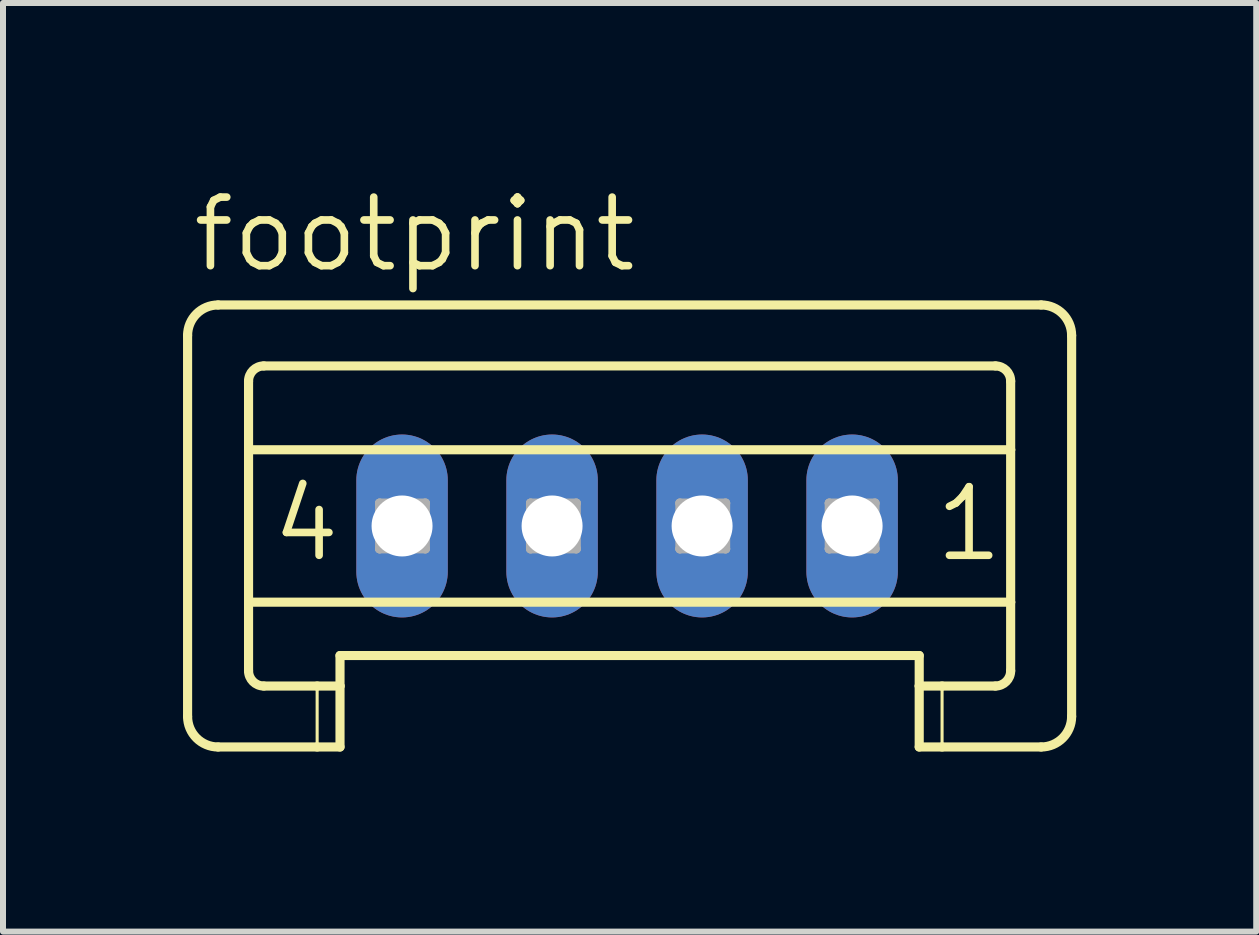
<source format=kicad_pcb>
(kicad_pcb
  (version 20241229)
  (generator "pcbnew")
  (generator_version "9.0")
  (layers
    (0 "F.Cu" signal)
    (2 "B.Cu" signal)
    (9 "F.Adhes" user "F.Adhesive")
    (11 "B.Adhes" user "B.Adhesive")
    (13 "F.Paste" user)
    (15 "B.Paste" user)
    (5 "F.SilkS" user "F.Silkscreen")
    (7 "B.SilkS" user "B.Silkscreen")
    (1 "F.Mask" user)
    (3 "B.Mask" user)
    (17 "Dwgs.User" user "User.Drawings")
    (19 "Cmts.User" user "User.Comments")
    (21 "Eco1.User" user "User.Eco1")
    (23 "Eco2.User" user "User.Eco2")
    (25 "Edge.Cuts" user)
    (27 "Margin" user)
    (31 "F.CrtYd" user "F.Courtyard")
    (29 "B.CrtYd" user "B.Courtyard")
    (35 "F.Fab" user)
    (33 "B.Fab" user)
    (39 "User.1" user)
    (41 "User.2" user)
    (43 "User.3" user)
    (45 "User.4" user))
  (footprint "footprint"
    (layer "F.Cu")
    (at 7.4 5.715)
    (property "Reference" "footprint" (at -7.299 -4.191 0) (layer "F.SilkS") (effects (font (size 1.143 1.143) (thickness 0.127)) (justify left bottom)))
    (fp_line (start -7.324 -3.175) (end -7.324 3.175) (stroke (width 0.152) (type solid)) (layer "F.SilkS"))
    (fp_line (start -6.816 -3.683) (end 6.9 -3.683) (stroke (width 0.152) (type solid)) (layer "F.SilkS"))
    (fp_line (start -6.308 -1.27) (end -6.308 -2.413) (stroke (width 0.152) (type solid)) (layer "F.SilkS"))
    (fp_line (start -6.308 -1.27) (end 6.392 -1.27) (stroke (width 0.152) (type solid)) (layer "F.SilkS"))
    (fp_line (start -6.308 1.27) (end -6.308 -1.27) (stroke (width 0.152) (type solid)) (layer "F.SilkS"))
    (fp_line (start -6.308 1.27) (end 6.392 1.27) (stroke (width 0.152) (type solid)) (layer "F.SilkS"))
    (fp_line (start -6.308 2.413) (end -6.308 1.27) (stroke (width 0.152) (type solid)) (layer "F.SilkS"))
    (fp_line (start -6.054 -2.667) (end 6.138 -2.667) (stroke (width 0.152) (type solid)) (layer "F.SilkS"))
    (fp_line (start -6.054 2.667) (end -5.165 2.667) (stroke (width 0.152) (type solid)) (layer "F.SilkS"))
    (fp_line (start -5.165 2.667) (end -5.165 3.683) (stroke (width 0.051) (type solid)) (layer "F.SilkS"))
    (fp_line (start -5.165 2.667) (end -4.784 2.667) (stroke (width 0.152) (type solid)) (layer "F.SilkS"))
    (fp_line (start -5.165 3.683) (end -6.816 3.683) (stroke (width 0.152) (type solid)) (layer "F.SilkS"))
    (fp_line (start -4.784 2.159) (end 4.868 2.159) (stroke (width 0.152) (type solid)) (layer "F.SilkS"))
    (fp_line (start -4.784 2.667) (end -4.784 2.159) (stroke (width 0.152) (type solid)) (layer "F.SilkS"))
    (fp_line (start -4.784 2.667) (end -4.784 3.683) (stroke (width 0.152) (type solid)) (layer "F.SilkS"))
    (fp_line (start -4.784 3.683) (end -5.165 3.683) (stroke (width 0.152) (type solid)) (layer "F.SilkS"))
    (fp_line (start 4.868 2.667) (end 4.868 2.159) (stroke (width 0.152) (type solid)) (layer "F.SilkS"))
    (fp_line (start 4.868 2.667) (end 5.249 2.667) (stroke (width 0.152) (type solid)) (layer "F.SilkS"))
    (fp_line (start 4.868 3.683) (end 4.868 2.667) (stroke (width 0.152) (type solid)) (layer "F.SilkS"))
    (fp_line (start 5.249 2.667) (end 5.249 3.683) (stroke (width 0.051) (type solid)) (layer "F.SilkS"))
    (fp_line (start 5.249 2.667) (end 6.138 2.667) (stroke (width 0.152) (type solid)) (layer "F.SilkS"))
    (fp_line (start 5.249 3.683) (end 4.868 3.683) (stroke (width 0.152) (type solid)) (layer "F.SilkS"))
    (fp_line (start 6.392 -1.27) (end 6.392 -2.413) (stroke (width 0.152) (type solid)) (layer "F.SilkS"))
    (fp_line (start 6.392 1.27) (end 6.392 -1.27) (stroke (width 0.152) (type solid)) (layer "F.SilkS"))
    (fp_line (start 6.392 2.413) (end 6.392 1.27) (stroke (width 0.152) (type solid)) (layer "F.SilkS"))
    (fp_line (start 6.9 3.683) (end 5.249 3.683) (stroke (width 0.152) (type solid)) (layer "F.SilkS"))
    (fp_line (start 7.408 -3.175) (end 7.408 3.175) (stroke (width 0.152) (type solid)) (layer "F.SilkS"))
    (fp_arc (start -7.324 -3.175) (mid -7.17521 -3.53421) (end -6.816 -3.683) (stroke (width 0.1524) (type solid)) (layer "F.SilkS"))
    (fp_arc (start -6.816 3.683) (mid -7.17521 3.53421) (end -7.324 3.175) (stroke (width 0.1524) (type solid)) (layer "F.SilkS"))
    (fp_arc (start -6.308 -2.413) (mid -6.233605 -2.592605) (end -6.054 -2.667) (stroke (width 0.1524) (type solid)) (layer "F.SilkS"))
    (fp_arc (start -6.054 2.667) (mid -6.233605 2.592605) (end -6.308 2.413) (stroke (width 0.1524) (type solid)) (layer "F.SilkS"))
    (fp_arc (start 6.138 -2.667) (mid 6.317605 -2.592605) (end 6.392 -2.413) (stroke (width 0.1524) (type solid)) (layer "F.SilkS"))
    (fp_arc (start 6.392 2.413) (mid 6.317605 2.592605) (end 6.138 2.667) (stroke (width 0.1524) (type solid)) (layer "F.SilkS"))
    (fp_arc (start 6.9 -3.683) (mid 7.25921 -3.53421) (end 7.408 -3.175) (stroke (width 0.1524) (type solid)) (layer "F.SilkS"))
    (fp_arc (start 7.408 3.175) (mid 7.25921 3.53421) (end 6.9 3.683) (stroke (width 0.1524) (type solid)) (layer "F.SilkS"))
    (fp_line (start -4.124 -0.381) (end -4.124 0.381) (stroke (width 0.152) (type solid)) (layer "F.Fab"))
    (fp_line (start -4.124 -0.381) (end -3.362 0.381) (stroke (width 0.152) (type solid)) (layer "F.Fab"))
    (fp_line (start -4.124 0.381) (end -3.362 0.381) (stroke (width 0.152) (type solid)) (layer "F.Fab"))
    (fp_line (start -3.362 -0.381) (end -4.124 -0.381) (stroke (width 0.152) (type solid)) (layer "F.Fab"))
    (fp_line (start -3.362 -0.381) (end -4.124 0.381) (stroke (width 0.152) (type solid)) (layer "F.Fab"))
    (fp_line (start -3.362 0.381) (end -3.362 -0.381) (stroke (width 0.152) (type solid)) (layer "F.Fab"))
    (fp_line (start -1.609 -0.381) (end -1.609 0.381) (stroke (width 0.152) (type solid)) (layer "F.Fab"))
    (fp_line (start -1.609 -0.381) (end -0.847 0.381) (stroke (width 0.152) (type solid)) (layer "F.Fab"))
    (fp_line (start -1.609 0.381) (end -0.847 0.381) (stroke (width 0.152) (type solid)) (layer "F.Fab"))
    (fp_line (start -0.847 -0.381) (end -1.609 -0.381) (stroke (width 0.152) (type solid)) (layer "F.Fab"))
    (fp_line (start -0.847 -0.381) (end -1.609 0.381) (stroke (width 0.152) (type solid)) (layer "F.Fab"))
    (fp_line (start -0.847 0.381) (end -0.847 -0.381) (stroke (width 0.152) (type solid)) (layer "F.Fab"))
    (fp_line (start 0.88 -0.381) (end 0.88 0.381) (stroke (width 0.152) (type solid)) (layer "F.Fab"))
    (fp_line (start 0.88 -0.381) (end 1.642 0.381) (stroke (width 0.152) (type solid)) (layer "F.Fab"))
    (fp_line (start 0.88 0.381) (end 1.642 0.381) (stroke (width 0.152) (type solid)) (layer "F.Fab"))
    (fp_line (start 1.642 -0.381) (end 0.88 -0.381) (stroke (width 0.152) (type solid)) (layer "F.Fab"))
    (fp_line (start 1.642 -0.381) (end 0.88 0.381) (stroke (width 0.152) (type solid)) (layer "F.Fab"))
    (fp_line (start 1.642 0.381) (end 1.642 -0.381) (stroke (width 0.152) (type solid)) (layer "F.Fab"))
    (fp_line (start 3.369 -0.381) (end 3.369 0.381) (stroke (width 0.152) (type solid)) (layer "F.Fab"))
    (fp_line (start 3.369 -0.381) (end 4.131 0.381) (stroke (width 0.152) (type solid)) (layer "F.Fab"))
    (fp_line (start 3.369 0.381) (end 4.131 0.381) (stroke (width 0.152) (type solid)) (layer "F.Fab"))
    (fp_line (start 4.131 -0.381) (end 3.369 -0.381) (stroke (width 0.152) (type solid)) (layer "F.Fab"))
    (fp_line (start 4.131 -0.381) (end 3.369 0.381) (stroke (width 0.152) (type solid)) (layer "F.Fab"))
    (fp_line (start 4.131 0.381) (end 4.131 -0.381) (stroke (width 0.152) (type solid)) (layer "F.Fab"))
    (fp_text user "1" (at 5.071 0.635 0) (layer "F.SilkS") (effects (font (size 1.143 1.143) (thickness 0.127)) (justify left bottom)))
    (fp_text user "4" (at -5.978 0.635 0) (layer "F.SilkS") (effects (font (size 1.143 1.143) (thickness 0.127)) (justify left bottom)))
    (pad "1" thru_hole oval (at 3.75 0 90) (size 3.048 1.524) (drill 1.016) (layers "*.Cu" "*.Mask"))
    (pad "2" thru_hole oval (at 1.25 0 90) (size 3.048 1.524) (drill 1.016) (layers "*.Cu" "*.Mask"))
    (pad "3" thru_hole oval (at -1.25 0 90) (size 3.048 1.524) (drill 1.016) (layers "*.Cu" "*.Mask"))
    (pad "4" thru_hole oval (at -3.75 0 90) (size 3.048 1.524) (drill 1.016) (layers "*.Cu" "*.Mask")))
  (gr_rect
    (start -3 -3)
    (end 17.884 12.474)
    (stroke (width 0.1) (type default))
    (fill no)
    (layer "Edge.Cuts")))
</source>
